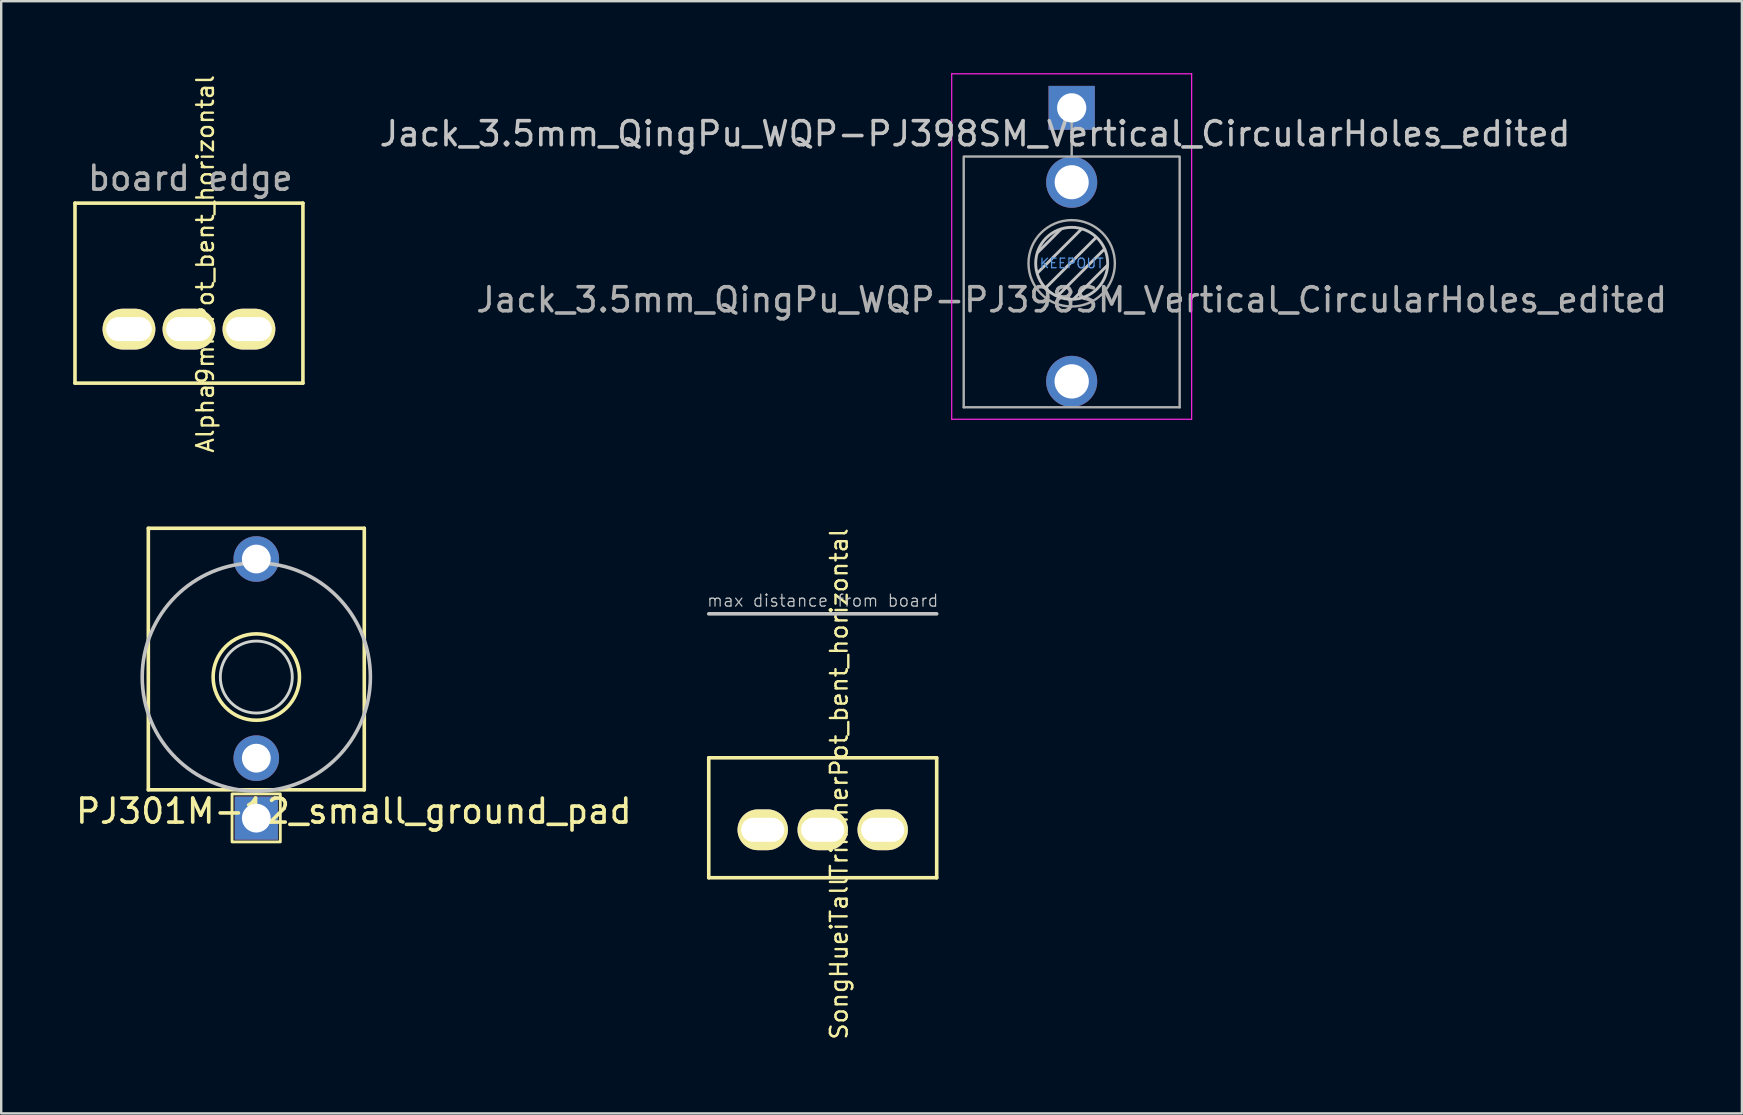
<source format=kicad_pcb>
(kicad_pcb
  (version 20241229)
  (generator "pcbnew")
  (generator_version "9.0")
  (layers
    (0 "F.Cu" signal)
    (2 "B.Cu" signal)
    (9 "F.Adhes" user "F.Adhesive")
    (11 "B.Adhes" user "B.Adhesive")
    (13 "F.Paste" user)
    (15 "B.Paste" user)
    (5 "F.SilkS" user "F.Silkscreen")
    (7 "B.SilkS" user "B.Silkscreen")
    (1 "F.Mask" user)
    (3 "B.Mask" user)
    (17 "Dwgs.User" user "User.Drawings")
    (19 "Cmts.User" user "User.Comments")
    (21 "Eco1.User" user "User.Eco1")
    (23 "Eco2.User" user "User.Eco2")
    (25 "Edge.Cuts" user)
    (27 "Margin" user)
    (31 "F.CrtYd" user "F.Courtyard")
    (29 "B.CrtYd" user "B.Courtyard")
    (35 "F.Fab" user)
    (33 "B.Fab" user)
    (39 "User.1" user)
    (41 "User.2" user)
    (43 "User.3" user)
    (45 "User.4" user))
  (footprint "PJ301M-12_small_ground_pad"
    (layer "F.Cu")
    (at 7.632 25.168)
    (property "Reference" "PJ301M-12_small_ground_pad" (at 4.064 5.588 180) (layer "F.SilkS") (effects (font (size 1 1) (thickness 0.15))))
    (attr through_hole)
    (fp_line (start -4.5 -6.2) (end -4.5 4.7) (stroke (width 0.15) (type solid)) (layer "F.SilkS"))
    (fp_line (start -4.5 -6.2) (end 4.5 -6.2) (stroke (width 0.15) (type solid)) (layer "F.SilkS"))
    (fp_line (start -4.5 4.7) (end 4.5 4.7) (stroke (width 0.15) (type solid)) (layer "F.SilkS"))
    (fp_line (start 4.5 -6.2) (end 4.5 4.7) (stroke (width 0.15) (type solid)) (layer "F.SilkS"))
    (fp_rect (start -1.01 4.87) (end 1 6.87) (stroke (width 0.12) (type solid)) (fill no) (layer "F.SilkS"))
    (fp_circle (center 0 0) (end 1.8 0) (stroke (width 0.15) (type solid)) (fill no) (layer "F.SilkS"))
    (fp_circle (center 0 0) (end 4.755 0) (stroke (width 0.15) (type solid)) (fill no) (layer "Dwgs.User"))
    (fp_circle (center 0 0) (end 1.5 0) (stroke (width 0.12) (type solid)) (fill no) (layer "Edge.Cuts"))
    (pad "S" thru_hole rect (at 0 5.88) (size 1.8 1.8) (drill 1.2) (layers "*.Cu" "*.Mask"))
    (pad "T" thru_hole circle (at 0 -4.92) (size 1.9 1.9) (drill 1.2) (layers "*.Cu" "*.Mask"))
    (pad "TN" thru_hole circle (at 0 3.38) (size 1.9 1.9) (drill 1.2) (layers "*.Cu" "*.Mask")))
  (footprint "Jack_3.5mm_QingPu_WQP-PJ398SM_Vertical_CircularHoles_edited"
    (layer "F.Cu")
    (at 41.615 7.925)
    (property "Reference" "Jack_3.5mm_QingPu_WQP-PJ398SM_Vertical_CircularHoles_edited" (at -4.03 -5.4 180) (layer "Dwgs.User") (effects (font (size 1 1) (thickness 0.15))))
    (attr through_hole)
    (fp_line (start -1.42 0.395) (end 0.4 -1.42) (stroke (width 0.12) (type solid)) (layer "Dwgs.User"))
    (fp_line (start -1.41 -0.46) (end -0.46 -1.41) (stroke (width 0.12) (type solid)) (layer "Dwgs.User"))
    (fp_line (start -1.07 1.01) (end 1.01 -1.07) (stroke (width 0.12) (type solid)) (layer "Dwgs.User"))
    (fp_line (start -0.58 1.35) (end 1.36 -0.59) (stroke (width 0.12) (type solid)) (layer "Dwgs.User"))
    (fp_line (start 0.09 1.48) (end 1.48 0.09) (stroke (width 0.12) (type solid)) (layer "Dwgs.User"))
    (fp_circle (center 0 0) (end 1.5 0) (stroke (width 0.12) (type solid)) (fill no) (layer "Dwgs.User"))
    (fp_line (start -5 6.5) (end -5 -7.9) (stroke (width 0.05) (type solid)) (layer "F.CrtYd"))
    (fp_line (start 5 -7.9) (end -5 -7.9) (stroke (width 0.05) (type solid)) (layer "F.CrtYd"))
    (fp_line (start 5 6.5) (end -5 6.5) (stroke (width 0.05) (type solid)) (layer "F.CrtYd"))
    (fp_line (start 5 6.5) (end 5 -7.9) (stroke (width 0.05) (type solid)) (layer "F.CrtYd"))
    (fp_line (start -4.5 6) (end -4.5 -4.4) (stroke (width 0.1) (type solid)) (layer "F.Fab"))
    (fp_line (start 0 -6.48) (end 0 -4.45) (stroke (width 0.1) (type solid)) (layer "F.Fab"))
    (fp_line (start 4.5 -4.45) (end -4.5 -4.45) (stroke (width 0.1) (type solid)) (layer "F.Fab"))
    (fp_line (start 4.5 6) (end -4.5 6) (stroke (width 0.1) (type solid)) (layer "F.Fab"))
    (fp_line (start 4.5 6) (end 4.5 -4.4) (stroke (width 0.1) (type solid)) (layer "F.Fab"))
    (fp_circle (center 0 0) (end 1.8 0) (stroke (width 0.1) (type solid)) (fill no) (layer "F.Fab"))
    (fp_text user "KEEPOUT" (at 0 0 0) (layer "Cmts.User") (effects (font (size 0.4 0.4) (thickness 0.051))))
    (fp_text user "${REFERENCE}" (at 0 1.52 180) (layer "F.Fab") (effects (font (size 1 1) (thickness 0.15))))
    (pad "S" thru_hole rect (at 0 -6.48 180) (size 1.93 1.83) (drill 1.22) (layers "*.Cu" "*.Mask"))
    (pad "T" thru_hole circle (at 0 4.92 180) (size 2.13 2.13) (drill 1.43) (layers "*.Cu" "*.Mask"))
    (pad "TN" thru_hole circle (at 0 -3.38 180) (size 2.13 2.13) (drill 1.42) (layers "*.Cu" "*.Mask")))
  (footprint "SongHueiTallTrimmerPot_bent_horizontal"
    (layer "F.Cu")
    (at 31.239 31.033)
    (property "Reference" "SongHueiTallTrimmerPot_bent_horizontal" (at 0.68 -1.41 270) (layer "F.SilkS") (effects (font (size 0.7 0.7) (thickness 0.1))))
    (attr through_hole)
    (fp_line (start -4.75 -2.5) (end -4.75 2.5) (stroke (width 0.15) (type solid)) (layer "F.SilkS"))
    (fp_line (start -4.75 -2.5) (end 4.75 -2.5) (stroke (width 0.15) (type solid)) (layer "F.SilkS"))
    (fp_line (start -4.75 2.5) (end 4.75 2.5) (stroke (width 0.15) (type solid)) (layer "F.SilkS"))
    (fp_line (start 4.75 -2.5) (end 4.75 2.5) (stroke (width 0.15) (type solid)) (layer "F.SilkS"))
    (fp_line (start -4.75 -8.5) (end 4.75 -8.5) (stroke (width 0.15) (type solid)) (layer "Dwgs.User"))
    (fp_text user "max distance from board" (at 0 -9.05 0) (unlocked yes) (layer "Dwgs.User") (effects (font (size 0.5 0.5) (thickness 0.05))))
    (pad "1" thru_hole oval (at -2.5 0.5) (size 2.1 1.7) (drill oval 1.8 1) (layers "*.Cu" "*.Mask" "F.SilkS"))
    (pad "2" thru_hole oval (at 0 0.5) (size 2.1 1.7) (drill oval 1.8 1) (layers "*.Cu" "*.Mask" "F.SilkS"))
    (pad "3" thru_hole oval (at 2.5 0.5) (size 2.1 1.7) (drill oval 1.8 1) (layers "*.Cu" "*.Mask" "F.SilkS")))
  (footprint "Alpha9mmPot_bent_horizontal"
    (layer "F.Cu")
    (at 4.825 9.167)
    (property "Reference" "Alpha9mmPot_bent_horizontal" (at 0.68 -1.22 270) (layer "F.SilkS") (effects (font (size 0.7 0.7) (thickness 0.1))))
    (attr through_hole)
    (fp_line (start -4.75 -3.75) (end -4.75 3.75) (stroke (width 0.15) (type solid)) (layer "F.SilkS"))
    (fp_line (start -4.75 -3.75) (end 4.75 -3.75) (stroke (width 0.15) (type solid)) (layer "F.SilkS"))
    (fp_line (start -4.75 3.75) (end 4.75 3.75) (stroke (width 0.15) (type solid)) (layer "F.SilkS"))
    (fp_line (start 4.75 -3.75) (end 4.75 3.75) (stroke (width 0.15) (type solid)) (layer "F.SilkS"))
    (fp_text user "board edge" (at 0.06 -4.79 0) (unlocked yes) (layer "F.Fab") (effects (font (size 1 1) (thickness 0.15))))
    (pad "1" thru_hole oval (at -2.5 1.5) (size 2.2 1.7) (drill oval 1.9 1) (layers "*.Cu" "*.Mask" "F.SilkS"))
    (pad "2" thru_hole oval (at 0 1.5) (size 2.2 1.7) (drill oval 1.9 1) (layers "*.Cu" "*.Mask" "F.SilkS"))
    (pad "3" thru_hole oval (at 2.5 1.5) (size 2.2 1.7) (drill oval 1.9 1) (layers "*.Cu" "*.Mask" "F.SilkS")))
  (gr_rect
    (start -3 -3)
    (end 69.549 43.353)
    (stroke (width 0.1) (type default))
    (fill no)
    (layer "Edge.Cuts")))
</source>
